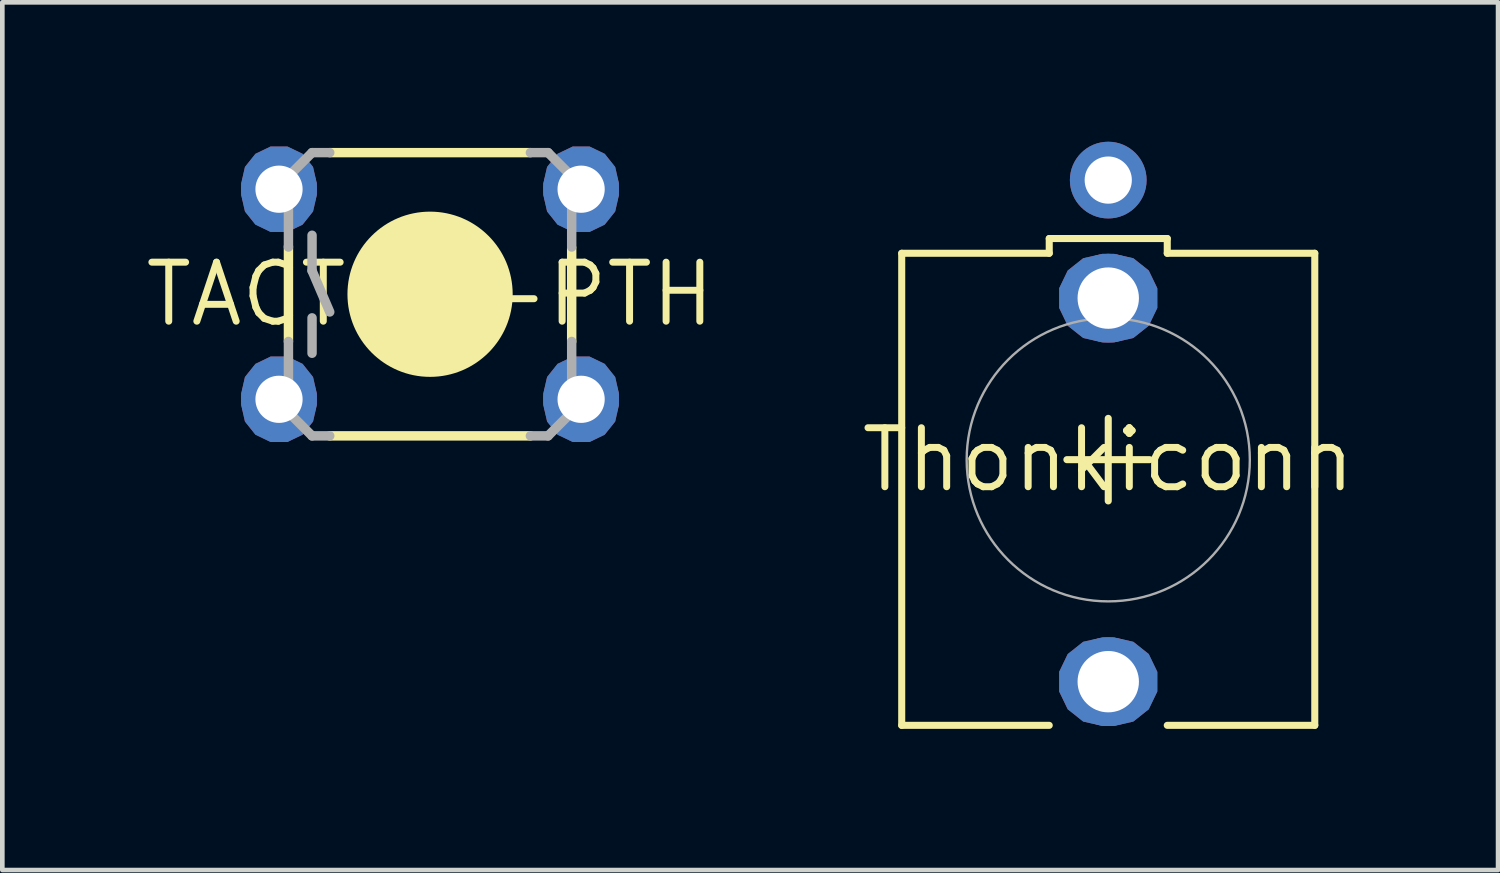
<source format=kicad_pcb>
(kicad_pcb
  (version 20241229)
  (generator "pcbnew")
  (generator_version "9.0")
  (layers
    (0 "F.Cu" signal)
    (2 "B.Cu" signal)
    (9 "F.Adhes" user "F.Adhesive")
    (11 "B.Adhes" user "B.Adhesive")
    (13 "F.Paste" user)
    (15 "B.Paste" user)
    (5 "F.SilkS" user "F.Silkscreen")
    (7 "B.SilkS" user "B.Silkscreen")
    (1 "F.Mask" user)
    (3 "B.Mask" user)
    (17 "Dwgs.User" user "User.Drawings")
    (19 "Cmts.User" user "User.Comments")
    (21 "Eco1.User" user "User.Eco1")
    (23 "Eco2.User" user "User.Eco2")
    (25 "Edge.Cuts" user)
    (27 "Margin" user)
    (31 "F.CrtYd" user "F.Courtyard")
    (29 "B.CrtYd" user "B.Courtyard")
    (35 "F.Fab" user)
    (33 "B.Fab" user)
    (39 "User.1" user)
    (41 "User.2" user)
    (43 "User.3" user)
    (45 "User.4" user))
  (footprint "TACTILE-PTH"
    (layer "F.Cu")
    (at 6.206 3.283)
    (property "Reference" "TACTILE-PTH" (at 0 0 0) (layer "F.SilkS") (effects (font (size 1.27 1.27) (thickness 0.15))))
    (fp_poly (pts (xy -2.744 -3.023) (xy -2.519 -2.74) (xy -2.438 -2.387) (xy -2.438 -2.134) (xy -2.519 -1.781) (xy -2.744 -1.498) (xy -3.071 -1.341) (xy -3.432 -1.341) (xy -3.758 -1.498) (xy -3.984 -1.781) (xy -4.064 -2.134) (xy -4.064 -2.387) (xy -3.984 -2.74) (xy -3.758 -3.023) (xy -3.432 -3.18) (xy -3.071 -3.18)) (stroke (width 0) (type default)) (fill yes) (layer "F.Cu"))
    (fp_poly (pts (xy -2.744 1.498) (xy -2.519 1.781) (xy -2.438 2.134) (xy -2.438 2.387) (xy -2.519 2.74) (xy -2.744 3.023) (xy -3.071 3.18) (xy -3.432 3.18) (xy -3.758 3.023) (xy -3.984 2.74) (xy -4.064 2.387) (xy -4.064 2.134) (xy -3.984 1.781) (xy -3.758 1.498) (xy -3.432 1.341) (xy -3.071 1.341)) (stroke (width 0) (type default)) (fill yes) (layer "F.Cu"))
    (fp_poly (pts (xy 3.758 -3.023) (xy 3.984 -2.74) (xy 4.064 -2.387) (xy 4.064 -2.134) (xy 3.984 -1.781) (xy 3.758 -1.498) (xy 3.432 -1.341) (xy 3.071 -1.341) (xy 2.744 -1.498) (xy 2.519 -1.781) (xy 2.438 -2.134) (xy 2.438 -2.387) (xy 2.519 -2.74) (xy 2.744 -3.023) (xy 3.071 -3.18) (xy 3.432 -3.18)) (stroke (width 0) (type default)) (fill yes) (layer "F.Cu"))
    (fp_poly (pts (xy 3.758 1.498) (xy 3.984 1.781) (xy 4.064 2.134) (xy 4.064 2.387) (xy 3.984 2.74) (xy 3.758 3.023) (xy 3.432 3.18) (xy 3.071 3.18) (xy 2.744 3.023) (xy 2.519 2.74) (xy 2.438 2.387) (xy 2.438 2.134) (xy 2.519 1.781) (xy 2.744 1.498) (xy 3.071 1.341) (xy 3.432 1.341)) (stroke (width 0) (type default)) (fill yes) (layer "F.Cu"))
    (fp_poly (pts (xy -2.678 -3.106) (xy -2.424 -2.785) (xy -2.336 -2.399) (xy -2.336 -2.122) (xy -2.424 -1.736) (xy -2.678 -1.416) (xy -3.047 -1.239) (xy -3.455 -1.239) (xy -3.824 -1.416) (xy -4.078 -1.736) (xy -4.167 -2.122) (xy -4.167 -2.399) (xy -4.078 -2.785) (xy -3.824 -3.106) (xy -3.455 -3.283) (xy -3.047 -3.283)) (stroke (width 0) (type default)) (fill yes) (layer "F.Mask"))
    (fp_poly (pts (xy -2.678 1.416) (xy -2.424 1.736) (xy -2.336 2.122) (xy -2.336 2.399) (xy -2.424 2.785) (xy -2.678 3.106) (xy -3.047 3.283) (xy -3.455 3.283) (xy -3.824 3.106) (xy -4.078 2.785) (xy -4.167 2.399) (xy -4.167 2.122) (xy -4.078 1.736) (xy -3.824 1.416) (xy -3.455 1.239) (xy -3.047 1.239)) (stroke (width 0) (type default)) (fill yes) (layer "F.Mask"))
    (fp_poly (pts (xy 3.824 -3.106) (xy 4.078 -2.785) (xy 4.167 -2.399) (xy 4.167 -2.122) (xy 4.078 -1.736) (xy 3.824 -1.416) (xy 3.455 -1.239) (xy 3.047 -1.239) (xy 2.678 -1.416) (xy 2.424 -1.736) (xy 2.336 -2.122) (xy 2.336 -2.399) (xy 2.424 -2.785) (xy 2.678 -3.106) (xy 3.047 -3.283) (xy 3.455 -3.283)) (stroke (width 0) (type default)) (fill yes) (layer "F.Mask"))
    (fp_poly (pts (xy 3.824 1.416) (xy 4.078 1.736) (xy 4.167 2.122) (xy 4.167 2.399) (xy 4.078 2.785) (xy 3.824 3.106) (xy 3.455 3.283) (xy 3.047 3.283) (xy 2.678 3.106) (xy 2.424 2.785) (xy 2.336 2.399) (xy 2.336 2.122) (xy 2.424 1.736) (xy 2.678 1.416) (xy 3.047 1.239) (xy 3.455 1.239)) (stroke (width 0) (type default)) (fill yes) (layer "F.Mask"))
    (fp_poly (pts (xy -2.744 -3.023) (xy -2.519 -2.74) (xy -2.438 -2.387) (xy -2.438 -2.134) (xy -2.519 -1.781) (xy -2.744 -1.498) (xy -3.071 -1.341) (xy -3.432 -1.341) (xy -3.758 -1.498) (xy -3.984 -1.781) (xy -4.064 -2.134) (xy -4.064 -2.387) (xy -3.984 -2.74) (xy -3.758 -3.023) (xy -3.432 -3.18) (xy -3.071 -3.18)) (stroke (width 0) (type default)) (fill yes) (layer "B.Cu"))
    (fp_poly (pts (xy -2.744 1.498) (xy -2.519 1.781) (xy -2.438 2.134) (xy -2.438 2.387) (xy -2.519 2.74) (xy -2.744 3.023) (xy -3.071 3.18) (xy -3.432 3.18) (xy -3.758 3.023) (xy -3.984 2.74) (xy -4.064 2.387) (xy -4.064 2.134) (xy -3.984 1.781) (xy -3.758 1.498) (xy -3.432 1.341) (xy -3.071 1.341)) (stroke (width 0) (type default)) (fill yes) (layer "B.Cu"))
    (fp_poly (pts (xy 3.758 -3.023) (xy 3.984 -2.74) (xy 4.064 -2.387) (xy 4.064 -2.134) (xy 3.984 -1.781) (xy 3.758 -1.498) (xy 3.432 -1.341) (xy 3.071 -1.341) (xy 2.744 -1.498) (xy 2.519 -1.781) (xy 2.438 -2.134) (xy 2.438 -2.387) (xy 2.519 -2.74) (xy 2.744 -3.023) (xy 3.071 -3.18) (xy 3.432 -3.18)) (stroke (width 0) (type default)) (fill yes) (layer "B.Cu"))
    (fp_poly (pts (xy 3.758 1.498) (xy 3.984 1.781) (xy 4.064 2.134) (xy 4.064 2.387) (xy 3.984 2.74) (xy 3.758 3.023) (xy 3.432 3.18) (xy 3.071 3.18) (xy 2.744 3.023) (xy 2.519 2.74) (xy 2.438 2.387) (xy 2.438 2.134) (xy 2.519 1.781) (xy 2.744 1.498) (xy 3.071 1.341) (xy 3.432 1.341)) (stroke (width 0) (type default)) (fill yes) (layer "B.Cu"))
    (fp_poly (pts (xy -2.678 -3.106) (xy -2.424 -2.785) (xy -2.336 -2.399) (xy -2.336 -2.122) (xy -2.424 -1.736) (xy -2.678 -1.416) (xy -3.047 -1.239) (xy -3.455 -1.239) (xy -3.824 -1.416) (xy -4.078 -1.736) (xy -4.167 -2.122) (xy -4.167 -2.399) (xy -4.078 -2.785) (xy -3.824 -3.106) (xy -3.455 -3.283) (xy -3.047 -3.283)) (stroke (width 0) (type default)) (fill yes) (layer "B.Mask"))
    (fp_poly (pts (xy -2.678 1.416) (xy -2.424 1.736) (xy -2.336 2.122) (xy -2.336 2.399) (xy -2.424 2.785) (xy -2.678 3.106) (xy -3.047 3.283) (xy -3.455 3.283) (xy -3.824 3.106) (xy -4.078 2.785) (xy -4.167 2.399) (xy -4.167 2.122) (xy -4.078 1.736) (xy -3.824 1.416) (xy -3.455 1.239) (xy -3.047 1.239)) (stroke (width 0) (type default)) (fill yes) (layer "B.Mask"))
    (fp_poly (pts (xy 3.824 -3.106) (xy 4.078 -2.785) (xy 4.167 -2.399) (xy 4.167 -2.122) (xy 4.078 -1.736) (xy 3.824 -1.416) (xy 3.455 -1.239) (xy 3.047 -1.239) (xy 2.678 -1.416) (xy 2.424 -1.736) (xy 2.336 -2.122) (xy 2.336 -2.399) (xy 2.424 -2.785) (xy 2.678 -3.106) (xy 3.047 -3.283) (xy 3.455 -3.283)) (stroke (width 0) (type default)) (fill yes) (layer "B.Mask"))
    (fp_poly (pts (xy 3.824 1.416) (xy 4.078 1.736) (xy 4.167 2.122) (xy 4.167 2.399) (xy 4.078 2.785) (xy 3.824 3.106) (xy 3.455 3.283) (xy 3.047 3.283) (xy 2.678 3.106) (xy 2.424 2.785) (xy 2.336 2.399) (xy 2.336 2.122) (xy 2.424 1.736) (xy 2.678 1.416) (xy 3.047 1.239) (xy 3.455 1.239)) (stroke (width 0) (type default)) (fill yes) (layer "B.Mask"))
    (fp_line (start -3.048 -1.028) (end -3.048 1.016) (stroke (width 0.203) (type solid)) (layer "F.SilkS"))
    (fp_line (start -2.159 3.048) (end 2.159 3.048) (stroke (width 0.203) (type solid)) (layer "F.SilkS"))
    (fp_line (start 2.159 -3.048) (end -2.159 -3.048) (stroke (width 0.203) (type solid)) (layer "F.SilkS"))
    (fp_line (start 3.048 -0.998) (end 3.048 1.016) (stroke (width 0.203) (type solid)) (layer "F.SilkS"))
    (fp_circle (center 0 0) (end 0.889 0) (stroke (width 1.778) (type solid)) (fill yes) (layer "F.SilkS"))
    (fp_line (start -3.048 -2.54) (end -3.048 -1.016) (stroke (width 0.203) (type solid)) (layer "F.Fab"))
    (fp_line (start -3.048 2.54) (end -3.048 1.016) (stroke (width 0.203) (type solid)) (layer "F.Fab"))
    (fp_line (start -2.54 -3.048) (end -3.048 -2.54) (stroke (width 0.203) (type solid)) (layer "F.Fab"))
    (fp_line (start -2.54 -3.048) (end -2.159 -3.048) (stroke (width 0.203) (type solid)) (layer "F.Fab"))
    (fp_line (start -2.54 -1.27) (end -2.54 -0.508) (stroke (width 0.203) (type solid)) (layer "F.Fab"))
    (fp_line (start -2.54 -0.508) (end -2.159 0.381) (stroke (width 0.203) (type solid)) (layer "F.Fab"))
    (fp_line (start -2.54 0.508) (end -2.54 1.27) (stroke (width 0.203) (type solid)) (layer "F.Fab"))
    (fp_line (start -2.54 3.048) (end -3.048 2.54) (stroke (width 0.203) (type solid)) (layer "F.Fab"))
    (fp_line (start -2.54 3.048) (end -2.159 3.048) (stroke (width 0.203) (type solid)) (layer "F.Fab"))
    (fp_line (start 2.54 -3.048) (end 2.159 -3.048) (stroke (width 0.203) (type solid)) (layer "F.Fab"))
    (fp_line (start 2.54 3.048) (end 2.159 3.048) (stroke (width 0.203) (type solid)) (layer "F.Fab"))
    (fp_line (start 2.54 3.048) (end 3.048 2.54) (stroke (width 0.203) (type solid)) (layer "F.Fab"))
    (fp_line (start 3.048 -2.54) (end 2.54 -3.048) (stroke (width 0.203) (type solid)) (layer "F.Fab"))
    (fp_line (start 3.048 -1.016) (end 3.048 -2.54) (stroke (width 0.203) (type solid)) (layer "F.Fab"))
    (fp_line (start 3.048 2.54) (end 3.048 1.016) (stroke (width 0.203) (type solid)) (layer "F.Fab"))
    (pad "1" thru_hole circle (at -3.251 -2.261) (size 1.626 1.626) (drill 1.016) (layers "*.Cu"))
    (pad "2" thru_hole circle (at 3.251 -2.261) (size 1.626 1.626) (drill 1.016) (layers "*.Cu"))
    (pad "3" thru_hole circle (at -3.251 2.261) (size 1.626 1.626) (drill 1.016) (layers "*.Cu"))
    (pad "4" thru_hole circle (at 3.251 2.261) (size 1.626 1.626) (drill 1.016) (layers "*.Cu")))
  (footprint "Thonkiconn"
    (layer "F.Cu")
    (at 20.802 6.846)
    (property "Reference" "Thonkiconn" (at 0 0 0) (layer "F.SilkS") (effects (font (size 1.27 1.27) (thickness 0.15))))
    (fp_poly (pts (xy 0.54 -4.338) (xy 0.872 -4.074) (xy 1.056 -3.692) (xy 1.056 -3.268) (xy 0.872 -2.886) (xy 0.54 -2.622) (xy 0.127 -2.527) (xy -0.127 -2.527) (xy -0.54 -2.622) (xy -0.872 -2.886) (xy -1.056 -3.268) (xy -1.056 -3.692) (xy -0.872 -4.074) (xy -0.54 -4.338) (xy -0.127 -4.432) (xy 0.127 -4.432)) (stroke (width 0) (type default)) (fill yes) (layer "F.Cu"))
    (fp_poly (pts (xy 0.54 3.917) (xy 0.872 4.181) (xy 1.056 4.563) (xy 1.056 4.987) (xy 0.872 5.369) (xy 0.54 5.633) (xy 0.127 5.728) (xy -0.127 5.728) (xy -0.54 5.633) (xy -0.872 5.369) (xy -1.056 4.987) (xy -1.056 4.563) (xy -0.872 4.181) (xy -0.54 3.917) (xy -0.127 3.823) (xy 0.127 3.823)) (stroke (width 0) (type default)) (fill yes) (layer "F.Cu"))
    (fp_poly (pts (xy 0.585 -4.433) (xy 0.954 -4.14) (xy 1.158 -3.715) (xy 1.158 -3.245) (xy 0.954 -2.82) (xy 0.585 -2.527) (xy 0.138 -2.425) (xy -0.138 -2.425) (xy -0.585 -2.527) (xy -0.954 -2.82) (xy -1.158 -3.245) (xy -1.158 -3.715) (xy -0.954 -4.14) (xy -0.585 -4.433) (xy -0.138 -4.535) (xy 0.138 -4.535)) (stroke (width 0) (type default)) (fill yes) (layer "F.Mask"))
    (fp_poly (pts (xy 0.585 3.822) (xy 0.954 4.115) (xy 1.158 4.54) (xy 1.158 5.01) (xy 0.954 5.435) (xy 0.585 5.728) (xy 0.138 5.83) (xy -0.138 5.83) (xy -0.585 5.728) (xy -0.954 5.435) (xy -1.158 5.01) (xy -1.158 4.54) (xy -0.954 4.115) (xy -0.585 3.822) (xy -0.138 3.72) (xy 0.138 3.72)) (stroke (width 0) (type default)) (fill yes) (layer "F.Mask"))
    (fp_poly (pts (xy 0.54 -4.338) (xy 0.872 -4.074) (xy 1.056 -3.692) (xy 1.056 -3.268) (xy 0.872 -2.886) (xy 0.54 -2.622) (xy 0.127 -2.527) (xy -0.127 -2.527) (xy -0.54 -2.622) (xy -0.872 -2.886) (xy -1.056 -3.268) (xy -1.056 -3.692) (xy -0.872 -4.074) (xy -0.54 -4.338) (xy -0.127 -4.432) (xy 0.127 -4.432)) (stroke (width 0) (type default)) (fill yes) (layer "B.Cu"))
    (fp_poly (pts (xy 0.54 3.917) (xy 0.872 4.181) (xy 1.056 4.563) (xy 1.056 4.987) (xy 0.872 5.369) (xy 0.54 5.633) (xy 0.127 5.728) (xy -0.127 5.728) (xy -0.54 5.633) (xy -0.872 5.369) (xy -1.056 4.987) (xy -1.056 4.563) (xy -0.872 4.181) (xy -0.54 3.917) (xy -0.127 3.823) (xy 0.127 3.823)) (stroke (width 0) (type default)) (fill yes) (layer "B.Cu"))
    (fp_poly (pts (xy 0.585 -4.433) (xy 0.954 -4.14) (xy 1.158 -3.715) (xy 1.158 -3.245) (xy 0.954 -2.82) (xy 0.585 -2.527) (xy 0.138 -2.425) (xy -0.138 -2.425) (xy -0.585 -2.527) (xy -0.954 -2.82) (xy -1.158 -3.245) (xy -1.158 -3.715) (xy -0.954 -4.14) (xy -0.585 -4.433) (xy -0.138 -4.535) (xy 0.138 -4.535)) (stroke (width 0) (type default)) (fill yes) (layer "B.Mask"))
    (fp_poly (pts (xy 0.585 3.822) (xy 0.954 4.115) (xy 1.158 4.54) (xy 1.158 5.01) (xy 0.954 5.435) (xy 0.585 5.728) (xy 0.138 5.83) (xy -0.138 5.83) (xy -0.585 5.728) (xy -0.954 5.435) (xy -1.158 5.01) (xy -1.158 4.54) (xy -0.954 4.115) (xy -0.585 3.822) (xy -0.138 3.72) (xy 0.138 3.72)) (stroke (width 0) (type default)) (fill yes) (layer "B.Mask"))
    (fp_line (start -4.445 -4.445) (end -4.445 5.715) (stroke (width 0.152) (type solid)) (layer "F.SilkS"))
    (fp_line (start -1.27 -4.762) (end 1.27 -4.762) (stroke (width 0.152) (type solid)) (layer "F.SilkS"))
    (fp_line (start -1.27 -4.445) (end -4.445 -4.445) (stroke (width 0.152) (type solid)) (layer "F.SilkS"))
    (fp_line (start -1.27 -4.445) (end -1.27 -4.762) (stroke (width 0.152) (type solid)) (layer "F.SilkS"))
    (fp_line (start -1.27 5.715) (end -4.445 5.715) (stroke (width 0.152) (type solid)) (layer "F.SilkS"))
    (fp_line (start -0.89 -0.003) (end 0.889 -0.003) (stroke (width 0.152) (type solid)) (layer "F.SilkS"))
    (fp_line (start 0 0.885) (end 0 -0.892) (stroke (width 0.152) (type solid)) (layer "F.SilkS"))
    (fp_line (start 1.27 -4.762) (end 1.27 -4.445) (stroke (width 0.152) (type solid)) (layer "F.SilkS"))
    (fp_line (start 1.27 -4.445) (end 4.445 -4.445) (stroke (width 0.152) (type solid)) (layer "F.SilkS"))
    (fp_line (start 1.27 5.715) (end 4.445 5.715) (stroke (width 0.152) (type solid)) (layer "F.SilkS"))
    (fp_line (start 4.445 5.715) (end 4.445 -4.445) (stroke (width 0.152) (type solid)) (layer "F.SilkS"))
    (fp_circle (center 0 0) (end 3.047 0) (stroke (width 0.051) (type solid)) (fill no) (layer "F.Fab"))
    (pad "1" thru_hole circle (at 0 -3.48) (size 1.905 1.905) (drill 1.321) (layers "*.Cu"))
    (pad "2" thru_hole circle (at 0 4.775) (size 1.905 1.905) (drill 1.321) (layers "*.Cu"))
    (pad "3" thru_hole circle (at 0 -6.02) (size 1.651 1.651) (drill 1.016) (layers "*.Cu" "*.Mask"))
    (zone (net_name "") (layer "F.Cu") (hatch edge 0.5) (connect_pads) (min_thickness 0.25) (filled_areas_thickness no) (keepout (tracks not_allowed) (vias not_allowed) (pads not_allowed) (copperpour not_allowed) (footprints allowed)) (placement (enabled no)) (fill) (polygon (pts (xy 22.045 6.845) (xy 22.025 6.623) (xy 21.966 6.408) (xy 21.869 6.207) (xy 21.738 6.027) (xy 21.577 5.873) (xy 21.391 5.75) (xy 21.186 5.662) (xy 20.969 5.613) (xy 20.746 5.603) (xy 20.525 5.633) (xy 20.313 5.702) (xy 20.117 5.807) (xy 19.943 5.946) (xy 19.796 6.114) (xy 19.682 6.305) (xy 19.604 6.514) (xy 19.564 6.733) (xy 19.564 6.956) (xy 19.604 7.175) (xy 19.682 7.384) (xy 19.796 7.575) (xy 19.943 7.743) (xy 20.117 7.882) (xy 20.313 7.987) (xy 20.525 8.056) (xy 20.746 8.086) (xy 20.969 8.076) (xy 21.186 8.027) (xy 21.391 7.939) (xy 21.577 7.816) (xy 21.738 7.662) (xy 21.869 7.482) (xy 21.966 7.281) (xy 22.025 7.066))) (polygon (pts (xy 21.795 6.845) (xy 21.775 6.645) (xy 21.714 6.453) (xy 21.617 6.277) (xy 21.486 6.125) (xy 21.327 6.002) (xy 21.147 5.913) (xy 20.952 5.863) (xy 20.752 5.853) (xy 20.553 5.883) (xy 20.365 5.953) (xy 20.194 6.059) (xy 20.048 6.198) (xy 19.934 6.363) (xy 19.854 6.547) (xy 19.814 6.744) (xy 19.814 6.945) (xy 19.854 7.142) (xy 19.934 7.326) (xy 20.048 7.491) (xy 20.194 7.63) (xy 20.365 7.736) (xy 20.553 7.806) (xy 20.752 7.836) (xy 20.952 7.826) (xy 21.147 7.776) (xy 21.327 7.687) (xy 21.486 7.564) (xy 21.617 7.412) (xy 21.714 7.236) (xy 21.775 7.044)))))
  (gr_rect
    (start -3 -3)
    (end 29.192 15.675)
    (stroke (width 0.1) (type default))
    (fill no)
    (layer "Edge.Cuts")))
</source>
